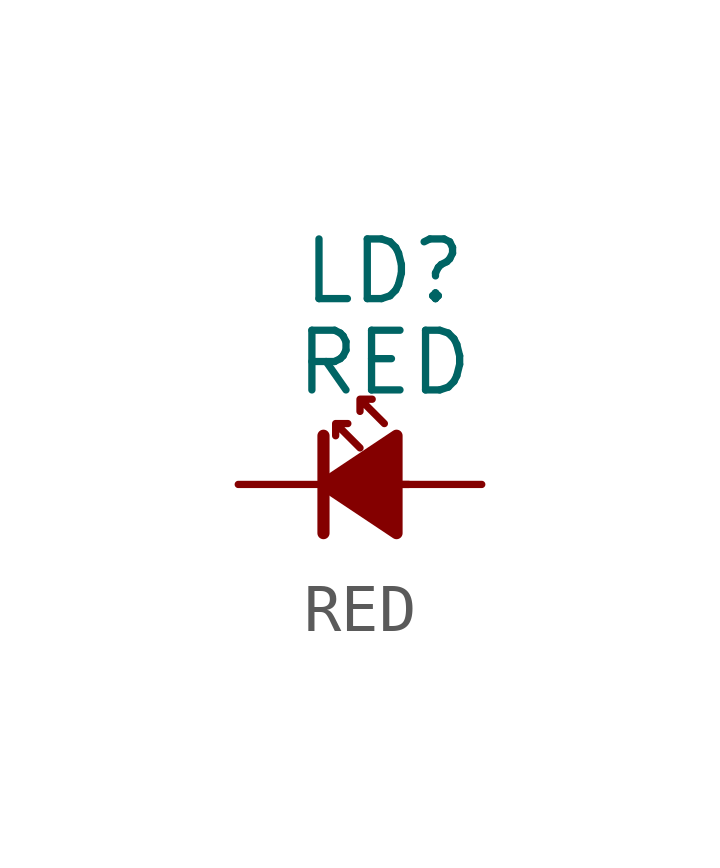
<source format=kicad_sym>
(kicad_symbol_lib
  (version 20241209)
  (generator "kicad_symbol_editor")
  (generator_version "9.0")
  (symbol "RED"
    (pin_numbers
      (hide yes))
    (pin_names
      (offset 0)
      (hide yes))
    (property "Reference" "LD"
      (at 0 4.445 0)
      (effects (font (size 1.245 1.245))))
    (property "Value" "RED"
      (at 0 2.54 0)
      (effects (font (size 1.245 1.245))))
    (symbol "RED_1_1"
      (polyline (pts (xy -1.27 -1.016) (xy -1.27 1.016)) (stroke (width 0.254) (type solid)) (fill (type none)))
      (polyline (pts (xy -0.508 0.762) (xy -1.016 1.27) (xy -0.762 1.27) (xy -1.016 1.27) (xy -1.016 1.016)) (stroke (width 0) (type solid)) (fill (type none)))
      (polyline (pts (xy 0 1.27) (xy -0.508 1.778) (xy -0.254 1.778) (xy -0.508 1.778) (xy -0.508 1.524)) (stroke (width 0) (type solid)) (fill (type none)))
      (polyline (pts (xy 0.254 -1.016) (xy -1.27 0) (xy 0.254 1.016) (xy 0.254 -1.016)) (stroke (width 0.254) (type solid)) (fill (type outline)))
      (polyline (pts (xy 0.508 0) (xy -1.27 0)) (stroke (width 0) (type solid)) (fill (type none)))
      (pin passive line (at -3.048 0 0) (length 1.778) (name "K" (effects (font (size 1.27 1.27)))) (number "1" (effects (font (size 1.27 1.27)))))
      (pin passive line (at 2.032 0 180) (length 1.778) (name "A" (effects (font (size 1.27 1.27)))) (number "2" (effects (font (size 1.27 1.27))))))))
</source>
